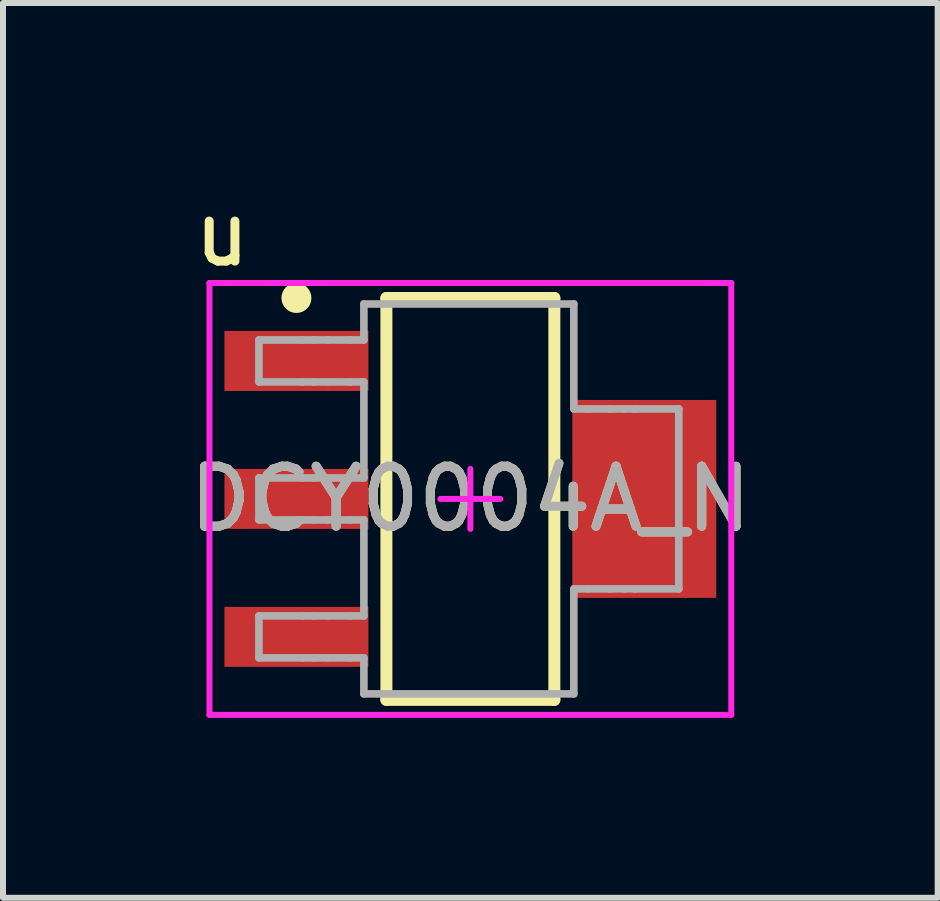
<source format=kicad_pcb>
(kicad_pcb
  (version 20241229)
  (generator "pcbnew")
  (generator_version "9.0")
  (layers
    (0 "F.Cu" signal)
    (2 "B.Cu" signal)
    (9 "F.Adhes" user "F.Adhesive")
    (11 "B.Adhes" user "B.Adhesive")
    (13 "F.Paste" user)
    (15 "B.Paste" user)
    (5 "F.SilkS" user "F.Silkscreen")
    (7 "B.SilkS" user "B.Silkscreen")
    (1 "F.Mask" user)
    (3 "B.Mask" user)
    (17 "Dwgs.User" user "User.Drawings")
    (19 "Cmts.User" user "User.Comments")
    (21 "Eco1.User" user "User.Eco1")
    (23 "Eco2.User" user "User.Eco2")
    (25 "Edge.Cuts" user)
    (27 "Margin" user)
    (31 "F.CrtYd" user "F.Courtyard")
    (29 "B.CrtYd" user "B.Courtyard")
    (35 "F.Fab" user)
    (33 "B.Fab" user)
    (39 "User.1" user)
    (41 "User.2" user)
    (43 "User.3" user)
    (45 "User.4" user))
  (footprint "DCY0004A_N"
    (layer "F.Cu")
    (at 4.792 5.268)
    (property "Reference" "DCY0004A_N" (at 0 0 0) (unlocked yes) (layer "F.SilkS") (effects (font (size 1 1) (thickness 0.15))))
    (attr smd)
    (fp_line (start -1.4 -3.35) (end 1.4 -3.35) (stroke (width 0.2) (type solid)) (layer "F.SilkS"))
    (fp_line (start -1.4 3.35) (end -1.4 -3.35) (stroke (width 0.2) (type solid)) (layer "F.SilkS"))
    (fp_line (start -1.4 3.35) (end 1.4 3.35) (stroke (width 0.2) (type solid)) (layer "F.SilkS"))
    (fp_line (start 1.4 3.35) (end 1.4 -3.35) (stroke (width 0.2) (type solid)) (layer "F.SilkS"))
    (fp_circle (center -2.9 -3.35) (end -2.775 -3.35) (stroke (width 0.25) (type solid)) (fill no) (layer "F.SilkS"))
    (fp_line (start -4.35 -3.6) (end 4.35 -3.6) (stroke (width 0.1) (type solid)) (layer "F.CrtYd"))
    (fp_line (start -4.35 3.6) (end -4.35 -3.6) (stroke (width 0.1) (type solid)) (layer "F.CrtYd"))
    (fp_line (start -4.35 3.6) (end 4.35 3.6) (stroke (width 0.1) (type solid)) (layer "F.CrtYd"))
    (fp_line (start -0.5 0) (end 0.5 0) (stroke (width 0.1) (type solid)) (layer "F.CrtYd"))
    (fp_line (start 0 0.5) (end 0 -0.5) (stroke (width 0.1) (type solid)) (layer "F.CrtYd"))
    (fp_line (start 4.35 3.6) (end 4.35 -3.6) (stroke (width 0.1) (type solid)) (layer "F.CrtYd"))
    (fp_line (start -3.525 -2.65) (end -2.797 -2.65) (stroke (width 0.127) (type solid)) (layer "F.Fab"))
    (fp_line (start -3.525 -1.95) (end -3.525 -2.65) (stroke (width 0.127) (type solid)) (layer "F.Fab"))
    (fp_line (start -3.525 -1.95) (end -2.797 -1.95) (stroke (width 0.127) (type solid)) (layer "F.Fab"))
    (fp_line (start -3.525 -0.35) (end -2.797 -0.35) (stroke (width 0.127) (type solid)) (layer "F.Fab"))
    (fp_line (start -3.525 0.35) (end -3.525 -0.35) (stroke (width 0.127) (type solid)) (layer "F.Fab"))
    (fp_line (start -3.525 0.35) (end -2.797 0.35) (stroke (width 0.127) (type solid)) (layer "F.Fab"))
    (fp_line (start -3.525 1.95) (end -2.797 1.95) (stroke (width 0.127) (type solid)) (layer "F.Fab"))
    (fp_line (start -3.525 2.65) (end -3.525 1.95) (stroke (width 0.127) (type solid)) (layer "F.Fab"))
    (fp_line (start -3.525 2.65) (end -2.797 2.65) (stroke (width 0.127) (type solid)) (layer "F.Fab"))
    (fp_line (start -2.797 -2.65) (end -2.612 -2.65) (stroke (width 0.127) (type solid)) (layer "F.Fab"))
    (fp_line (start -2.797 -1.95) (end -2.612 -1.95) (stroke (width 0.127) (type solid)) (layer "F.Fab"))
    (fp_line (start -2.797 -0.35) (end -2.612 -0.35) (stroke (width 0.127) (type solid)) (layer "F.Fab"))
    (fp_line (start -2.797 0.35) (end -2.612 0.35) (stroke (width 0.127) (type solid)) (layer "F.Fab"))
    (fp_line (start -2.797 1.95) (end -2.612 1.95) (stroke (width 0.127) (type solid)) (layer "F.Fab"))
    (fp_line (start -2.797 2.65) (end -2.612 2.65) (stroke (width 0.127) (type solid)) (layer "F.Fab"))
    (fp_line (start -2.612 -2.65) (end -2.374 -2.65) (stroke (width 0.127) (type solid)) (layer "F.Fab"))
    (fp_line (start -2.612 -1.95) (end -2.374 -1.95) (stroke (width 0.127) (type solid)) (layer "F.Fab"))
    (fp_line (start -2.612 -0.35) (end -2.374 -0.35) (stroke (width 0.127) (type solid)) (layer "F.Fab"))
    (fp_line (start -2.612 0.35) (end -2.374 0.35) (stroke (width 0.127) (type solid)) (layer "F.Fab"))
    (fp_line (start -2.612 1.95) (end -2.374 1.95) (stroke (width 0.127) (type solid)) (layer "F.Fab"))
    (fp_line (start -2.612 2.65) (end -2.374 2.65) (stroke (width 0.127) (type solid)) (layer "F.Fab"))
    (fp_line (start -2.374 -2.65) (end -2.003 -2.65) (stroke (width 0.127) (type solid)) (layer "F.Fab"))
    (fp_line (start -2.374 -1.95) (end -2.003 -1.95) (stroke (width 0.127) (type solid)) (layer "F.Fab"))
    (fp_line (start -2.374 -0.35) (end -2.003 -0.35) (stroke (width 0.127) (type solid)) (layer "F.Fab"))
    (fp_line (start -2.374 0.35) (end -2.003 0.35) (stroke (width 0.127) (type solid)) (layer "F.Fab"))
    (fp_line (start -2.374 1.95) (end -2.003 1.95) (stroke (width 0.127) (type solid)) (layer "F.Fab"))
    (fp_line (start -2.374 2.65) (end -2.003 2.65) (stroke (width 0.127) (type solid)) (layer "F.Fab"))
    (fp_line (start -2.003 -2.65) (end -1.775 -2.65) (stroke (width 0.127) (type solid)) (layer "F.Fab"))
    (fp_line (start -2.003 -1.95) (end -1.775 -1.95) (stroke (width 0.127) (type solid)) (layer "F.Fab"))
    (fp_line (start -2.003 -0.35) (end -1.775 -0.35) (stroke (width 0.127) (type solid)) (layer "F.Fab"))
    (fp_line (start -2.003 0.35) (end -1.775 0.35) (stroke (width 0.127) (type solid)) (layer "F.Fab"))
    (fp_line (start -2.003 1.95) (end -1.775 1.95) (stroke (width 0.127) (type solid)) (layer "F.Fab"))
    (fp_line (start -2.003 2.65) (end -1.775 2.65) (stroke (width 0.127) (type solid)) (layer "F.Fab"))
    (fp_line (start -1.775 -3.25) (end 1.725 -3.25) (stroke (width 0.127) (type solid)) (layer "F.Fab"))
    (fp_line (start -1.775 -2.65) (end -1.775 -3.25) (stroke (width 0.127) (type solid)) (layer "F.Fab"))
    (fp_line (start -1.775 -0.35) (end -1.775 -1.95) (stroke (width 0.127) (type solid)) (layer "F.Fab"))
    (fp_line (start -1.775 1.95) (end -1.775 0.35) (stroke (width 0.127) (type solid)) (layer "F.Fab"))
    (fp_line (start -1.775 3.25) (end -1.775 2.65) (stroke (width 0.127) (type solid)) (layer "F.Fab"))
    (fp_line (start -1.775 3.25) (end 1.725 3.25) (stroke (width 0.127) (type solid)) (layer "F.Fab"))
    (fp_line (start 1.725 -1.5) (end 1.725 -3.25) (stroke (width 0.127) (type solid)) (layer "F.Fab"))
    (fp_line (start 1.725 -1.5) (end 1.953 -1.5) (stroke (width 0.127) (type solid)) (layer "F.Fab"))
    (fp_line (start 1.725 1.5) (end 1.953 1.5) (stroke (width 0.127) (type solid)) (layer "F.Fab"))
    (fp_line (start 1.725 3.25) (end 1.725 1.5) (stroke (width 0.127) (type solid)) (layer "F.Fab"))
    (fp_line (start 1.953 -1.5) (end 2.324 -1.5) (stroke (width 0.127) (type solid)) (layer "F.Fab"))
    (fp_line (start 1.953 1.5) (end 2.324 1.5) (stroke (width 0.127) (type solid)) (layer "F.Fab"))
    (fp_line (start 2.324 -1.5) (end 2.562 -1.5) (stroke (width 0.127) (type solid)) (layer "F.Fab"))
    (fp_line (start 2.324 1.5) (end 2.562 1.5) (stroke (width 0.127) (type solid)) (layer "F.Fab"))
    (fp_line (start 2.562 -1.5) (end 2.747 -1.5) (stroke (width 0.127) (type solid)) (layer "F.Fab"))
    (fp_line (start 2.562 1.5) (end 2.747 1.5) (stroke (width 0.127) (type solid)) (layer "F.Fab"))
    (fp_line (start 2.747 -1.5) (end 3.475 -1.5) (stroke (width 0.127) (type solid)) (layer "F.Fab"))
    (fp_line (start 2.747 1.5) (end 3.475 1.5) (stroke (width 0.127) (type solid)) (layer "F.Fab"))
    (fp_line (start 3.475 1.5) (end 3.475 -1.5) (stroke (width 0.127) (type solid)) (layer "F.Fab"))
    (fp_text user "u" (at -4.14 -4.42 0) (unlocked yes) (layer "F.SilkS") (effects (font (size 1 1) (thickness 0.15))))
    (fp_text user "${REFERENCE}" (at 0 0 0) (unlocked yes) (layer "F.Fab") (effects (font (size 1 1) (thickness 0.15))))
    (pad "1" smd rect (at -2.9 -2.3 90) (size 1 2.4) (layers "F.Cu" "F.Mask" "F.Paste"))
    (pad "2" smd rect (at -2.9 0 90) (size 1 2.4) (layers "F.Cu" "F.Mask" "F.Paste"))
    (pad "3" smd rect (at -2.9 2.3 90) (size 1 2.4) (layers "F.Cu" "F.Mask" "F.Paste"))
    (pad "4" smd rect (at 2.9 0 90) (size 3.3 2.4) (layers "F.Cu" "F.Mask" "F.Paste")))
  (gr_rect
    (start -3 -3)
    (end 12.583 11.918)
    (stroke (width 0.1) (type default))
    (fill no)
    (layer "Edge.Cuts")))
</source>
